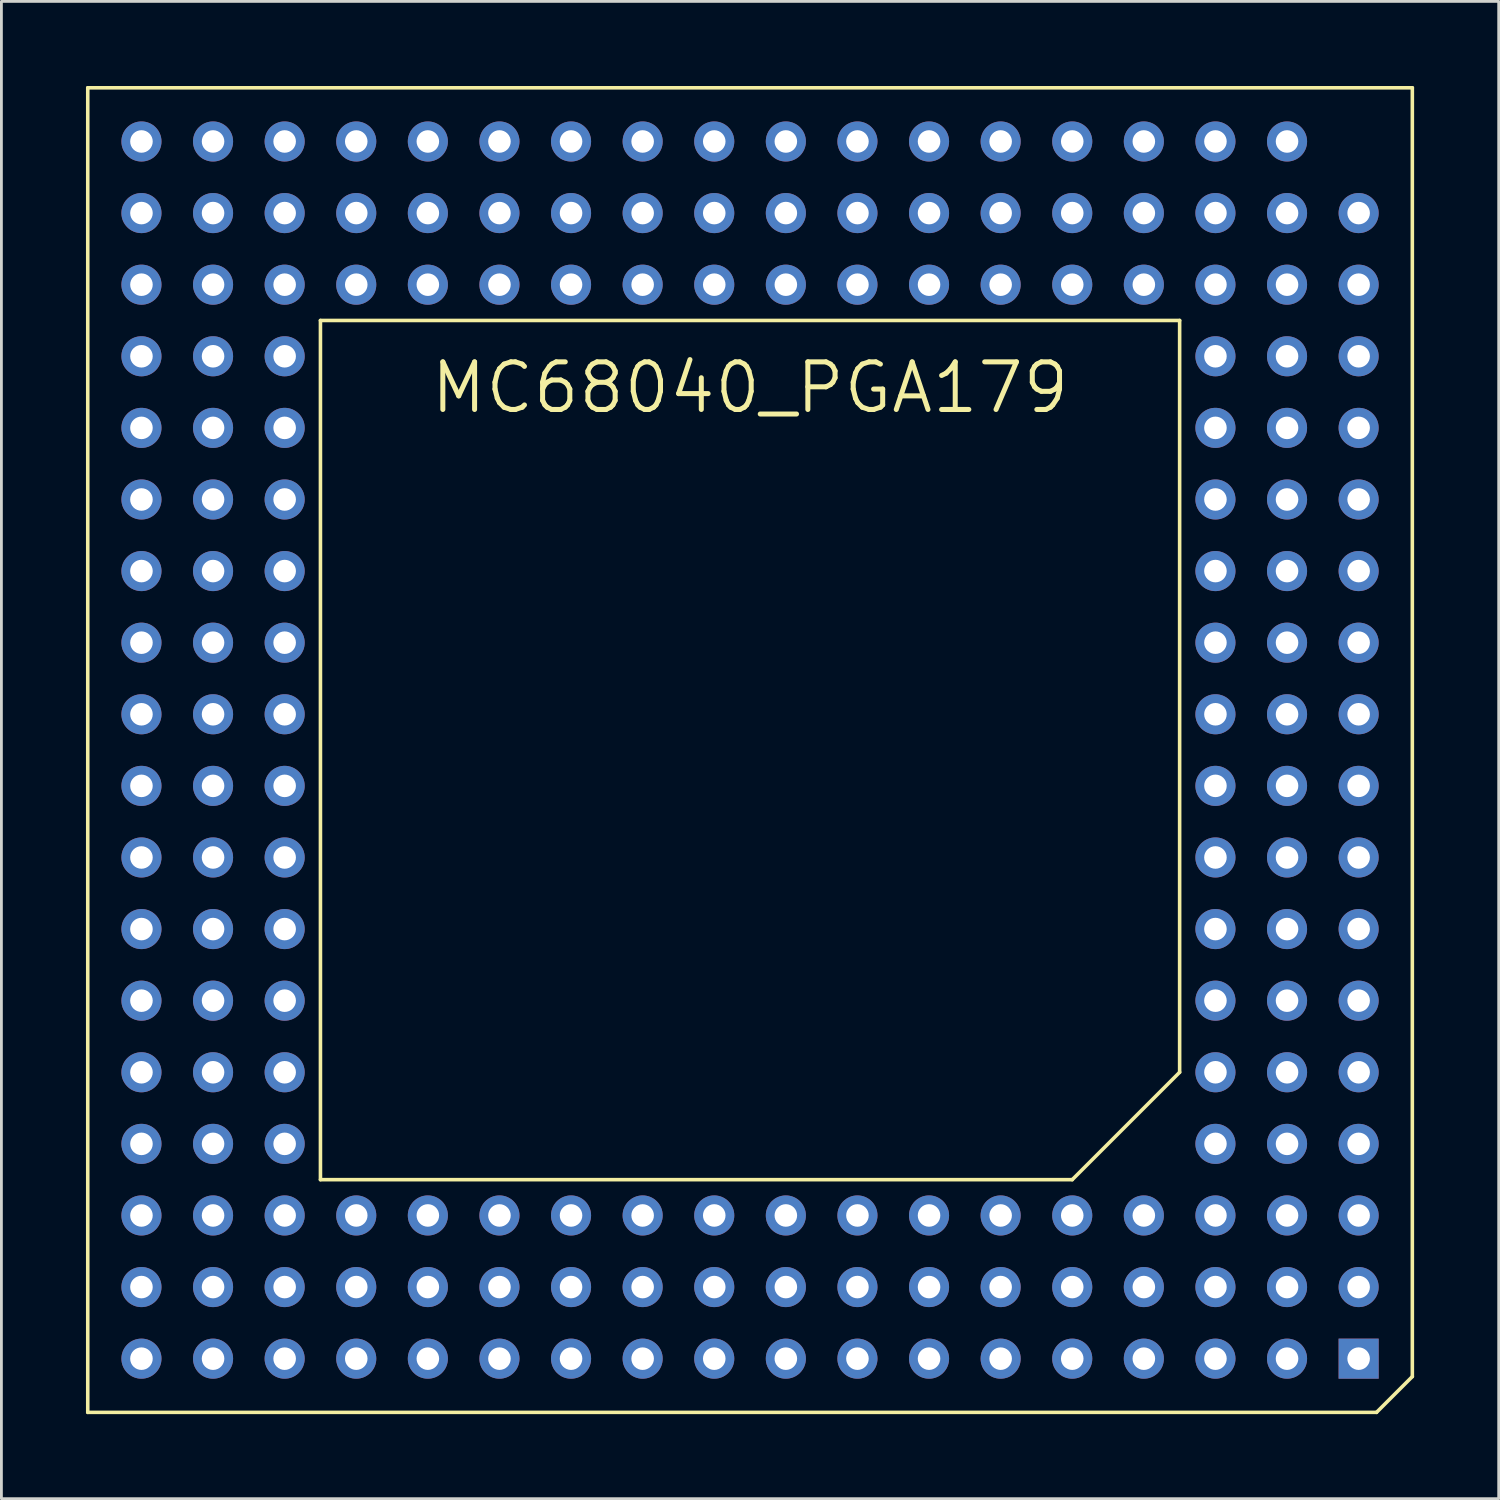
<source format=kicad_pcb>
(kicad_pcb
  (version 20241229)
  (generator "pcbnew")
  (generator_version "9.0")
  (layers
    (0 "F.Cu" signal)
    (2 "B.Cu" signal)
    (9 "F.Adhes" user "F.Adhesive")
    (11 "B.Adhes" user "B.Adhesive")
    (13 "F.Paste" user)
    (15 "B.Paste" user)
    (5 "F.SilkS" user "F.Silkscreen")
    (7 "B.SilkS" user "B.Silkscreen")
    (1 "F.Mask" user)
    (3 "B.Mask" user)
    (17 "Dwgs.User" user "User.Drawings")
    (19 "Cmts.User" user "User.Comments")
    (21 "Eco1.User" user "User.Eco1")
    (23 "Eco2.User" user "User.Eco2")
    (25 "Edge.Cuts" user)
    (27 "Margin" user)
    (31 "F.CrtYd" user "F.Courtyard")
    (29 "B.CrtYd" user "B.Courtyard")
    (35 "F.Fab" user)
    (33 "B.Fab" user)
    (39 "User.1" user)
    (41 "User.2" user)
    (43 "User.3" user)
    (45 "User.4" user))
  (footprint "MC68040_PGA179"
    (layer "F.Cu")
    (at 23.558 26.099)
    (property "Reference" "MC68040_PGA179" (at 0 -16.383 0) (layer "F.SilkS") (effects (font (size 1.689 1.689) (thickness 0.178)) (justify top)))
    (attr through_hole)
    (fp_line (start -23.495 -26.035) (end 23.495 -26.035) (stroke (width 0.127) (type solid)) (layer "F.SilkS"))
    (fp_line (start -23.495 20.955) (end -23.495 -26.035) (stroke (width 0.127) (type solid)) (layer "F.SilkS"))
    (fp_line (start -15.24 -17.78) (end -15.24 12.7) (stroke (width 0.127) (type solid)) (layer "F.SilkS"))
    (fp_line (start -15.24 -17.78) (end 15.24 -17.78) (stroke (width 0.127) (type solid)) (layer "F.SilkS"))
    (fp_line (start 11.43 12.7) (end -15.24 12.7) (stroke (width 0.127) (type solid)) (layer "F.SilkS"))
    (fp_line (start 11.43 12.7) (end 15.24 8.89) (stroke (width 0.127) (type solid)) (layer "F.SilkS"))
    (fp_line (start 15.24 8.89) (end 15.24 -17.78) (stroke (width 0.127) (type solid)) (layer "F.SilkS"))
    (fp_line (start 22.225 20.955) (end -23.495 20.955) (stroke (width 0.127) (type solid)) (layer "F.SilkS"))
    (fp_line (start 23.495 -26.035) (end 23.495 19.685) (stroke (width 0.127) (type solid)) (layer "F.SilkS"))
    (fp_line (start 23.495 19.685) (end 22.225 20.955) (stroke (width 0.127) (type solid)) (layer "F.SilkS"))
    (pad "A01" thru_hole rect (at 21.59 19.05 180) (size 1.422 1.422) (drill 0.8) (layers "*.Cu" "*.Mask"))
    (pad "A02" thru_hole circle (at 19.05 19.05 180) (size 1.422 1.422) (drill 0.8) (layers "*.Cu" "*.Mask"))
    (pad "A03" thru_hole circle (at 16.51 19.05 180) (size 1.422 1.422) (drill 0.8) (layers "*.Cu" "*.Mask"))
    (pad "A04" thru_hole circle (at 13.97 19.05 180) (size 1.422 1.422) (drill 0.8) (layers "*.Cu" "*.Mask"))
    (pad "A05" thru_hole circle (at 11.43 19.05 180) (size 1.422 1.422) (drill 0.8) (layers "*.Cu" "*.Mask"))
    (pad "A06" thru_hole circle (at 8.89 19.05 180) (size 1.422 1.422) (drill 0.8) (layers "*.Cu" "*.Mask"))
    (pad "A07" thru_hole circle (at 6.35 19.05 180) (size 1.422 1.422) (drill 0.8) (layers "*.Cu" "*.Mask"))
    (pad "A08" thru_hole circle (at 3.81 19.05 180) (size 1.422 1.422) (drill 0.8) (layers "*.Cu" "*.Mask"))
    (pad "A09" thru_hole circle (at 1.27 19.05 180) (size 1.422 1.422) (drill 0.8) (layers "*.Cu" "*.Mask"))
    (pad "A10" thru_hole circle (at -1.27 19.05 180) (size 1.422 1.422) (drill 0.8) (layers "*.Cu" "*.Mask"))
    (pad "A11" thru_hole circle (at -3.81 19.05 180) (size 1.422 1.422) (drill 0.8) (layers "*.Cu" "*.Mask"))
    (pad "A12" thru_hole circle (at -6.35 19.05 180) (size 1.422 1.422) (drill 0.8) (layers "*.Cu" "*.Mask"))
    (pad "A13" thru_hole circle (at -8.89 19.05 180) (size 1.422 1.422) (drill 0.8) (layers "*.Cu" "*.Mask"))
    (pad "A14" thru_hole circle (at -11.43 19.05 180) (size 1.422 1.422) (drill 0.8) (layers "*.Cu" "*.Mask"))
    (pad "A15" thru_hole circle (at -13.97 19.05 180) (size 1.422 1.422) (drill 0.8) (layers "*.Cu" "*.Mask"))
    (pad "A16" thru_hole circle (at -16.51 19.05 180) (size 1.422 1.422) (drill 0.8) (layers "*.Cu" "*.Mask"))
    (pad "A17" thru_hole circle (at -19.05 19.05 180) (size 1.422 1.422) (drill 0.8) (layers "*.Cu" "*.Mask"))
    (pad "A18" thru_hole circle (at -21.59 19.05 180) (size 1.422 1.422) (drill 0.8) (layers "*.Cu" "*.Mask"))
    (pad "B01" thru_hole circle (at 21.59 16.51 180) (size 1.422 1.422) (drill 0.8) (layers "*.Cu" "*.Mask"))
    (pad "B02" thru_hole circle (at 19.05 16.51 180) (size 1.422 1.422) (drill 0.8) (layers "*.Cu" "*.Mask"))
    (pad "B03" thru_hole circle (at 16.51 16.51 180) (size 1.422 1.422) (drill 0.8) (layers "*.Cu" "*.Mask"))
    (pad "B04" thru_hole circle (at 13.97 16.51 180) (size 1.422 1.422) (drill 0.8) (layers "*.Cu" "*.Mask"))
    (pad "B05" thru_hole circle (at 11.43 16.51 180) (size 1.422 1.422) (drill 0.8) (layers "*.Cu" "*.Mask"))
    (pad "B06" thru_hole circle (at 8.89 16.51 180) (size 1.422 1.422) (drill 0.8) (layers "*.Cu" "*.Mask"))
    (pad "B07" thru_hole circle (at 6.35 16.51 180) (size 1.422 1.422) (drill 0.8) (layers "*.Cu" "*.Mask"))
    (pad "B08" thru_hole circle (at 3.81 16.51 180) (size 1.422 1.422) (drill 0.8) (layers "*.Cu" "*.Mask"))
    (pad "B09" thru_hole circle (at 1.27 16.51 180) (size 1.422 1.422) (drill 0.8) (layers "*.Cu" "*.Mask"))
    (pad "B10" thru_hole circle (at -1.27 16.51 180) (size 1.422 1.422) (drill 0.8) (layers "*.Cu" "*.Mask"))
    (pad "B11" thru_hole circle (at -3.81 16.51 180) (size 1.422 1.422) (drill 0.8) (layers "*.Cu" "*.Mask"))
    (pad "B12" thru_hole circle (at -6.35 16.51 180) (size 1.422 1.422) (drill 0.8) (layers "*.Cu" "*.Mask"))
    (pad "B13" thru_hole circle (at -8.89 16.51 180) (size 1.422 1.422) (drill 0.8) (layers "*.Cu" "*.Mask"))
    (pad "B14" thru_hole circle (at -11.43 16.51 180) (size 1.422 1.422) (drill 0.8) (layers "*.Cu" "*.Mask"))
    (pad "B15" thru_hole circle (at -13.97 16.51 180) (size 1.422 1.422) (drill 0.8) (layers "*.Cu" "*.Mask"))
    (pad "B16" thru_hole circle (at -16.51 16.51 180) (size 1.422 1.422) (drill 0.8) (layers "*.Cu" "*.Mask"))
    (pad "B17" thru_hole circle (at -19.05 16.51 180) (size 1.422 1.422) (drill 0.8) (layers "*.Cu" "*.Mask"))
    (pad "B18" thru_hole circle (at -21.59 16.51 180) (size 1.422 1.422) (drill 0.8) (layers "*.Cu" "*.Mask"))
    (pad "C01" thru_hole circle (at 21.59 13.97 180) (size 1.422 1.422) (drill 0.8) (layers "*.Cu" "*.Mask"))
    (pad "C02" thru_hole circle (at 19.05 13.97 180) (size 1.422 1.422) (drill 0.8) (layers "*.Cu" "*.Mask"))
    (pad "C03" thru_hole circle (at 16.51 13.97 180) (size 1.422 1.422) (drill 0.8) (layers "*.Cu" "*.Mask"))
    (pad "C04" thru_hole circle (at 13.97 13.97 180) (size 1.422 1.422) (drill 0.8) (layers "*.Cu" "*.Mask"))
    (pad "C05" thru_hole circle (at 11.43 13.97 180) (size 1.422 1.422) (drill 0.8) (layers "*.Cu" "*.Mask"))
    (pad "C06" thru_hole circle (at 8.89 13.97 180) (size 1.422 1.422) (drill 0.8) (layers "*.Cu" "*.Mask"))
    (pad "C07" thru_hole circle (at 6.35 13.97 180) (size 1.422 1.422) (drill 0.8) (layers "*.Cu" "*.Mask"))
    (pad "C08" thru_hole circle (at 3.81 13.97 180) (size 1.422 1.422) (drill 0.8) (layers "*.Cu" "*.Mask"))
    (pad "C09" thru_hole circle (at 1.27 13.97 180) (size 1.422 1.422) (drill 0.8) (layers "*.Cu" "*.Mask"))
    (pad "C10" thru_hole circle (at -1.27 13.97 180) (size 1.422 1.422) (drill 0.8) (layers "*.Cu" "*.Mask"))
    (pad "C11" thru_hole circle (at -3.81 13.97 180) (size 1.422 1.422) (drill 0.8) (layers "*.Cu" "*.Mask"))
    (pad "C12" thru_hole circle (at -6.35 13.97 180) (size 1.422 1.422) (drill 0.8) (layers "*.Cu" "*.Mask"))
    (pad "C13" thru_hole circle (at -8.89 13.97 180) (size 1.422 1.422) (drill 0.8) (layers "*.Cu" "*.Mask"))
    (pad "C14" thru_hole circle (at -11.43 13.97 180) (size 1.422 1.422) (drill 0.8) (layers "*.Cu" "*.Mask"))
    (pad "C15" thru_hole circle (at -13.97 13.97 180) (size 1.422 1.422) (drill 0.8) (layers "*.Cu" "*.Mask"))
    (pad "C16" thru_hole circle (at -16.51 13.97 180) (size 1.422 1.422) (drill 0.8) (layers "*.Cu" "*.Mask"))
    (pad "C17" thru_hole circle (at -19.05 13.97 180) (size 1.422 1.422) (drill 0.8) (layers "*.Cu" "*.Mask"))
    (pad "C18" thru_hole circle (at -21.59 13.97 180) (size 1.422 1.422) (drill 0.8) (layers "*.Cu" "*.Mask"))
    (pad "D01" thru_hole circle (at 21.59 11.43 180) (size 1.422 1.422) (drill 0.8) (layers "*.Cu" "*.Mask"))
    (pad "D02" thru_hole circle (at 19.05 11.43 180) (size 1.422 1.422) (drill 0.8) (layers "*.Cu" "*.Mask"))
    (pad "D03" thru_hole circle (at 16.51 11.43 180) (size 1.422 1.422) (drill 0.8) (layers "*.Cu" "*.Mask"))
    (pad "D16" thru_hole circle (at -16.51 11.43 180) (size 1.422 1.422) (drill 0.8) (layers "*.Cu" "*.Mask"))
    (pad "D17" thru_hole circle (at -19.05 11.43 180) (size 1.422 1.422) (drill 0.8) (layers "*.Cu" "*.Mask"))
    (pad "D18" thru_hole circle (at -21.59 11.43 180) (size 1.422 1.422) (drill 0.8) (layers "*.Cu" "*.Mask"))
    (pad "E01" thru_hole circle (at 21.59 8.89 180) (size 1.422 1.422) (drill 0.8) (layers "*.Cu" "*.Mask"))
    (pad "E02" thru_hole circle (at 19.05 8.89 180) (size 1.422 1.422) (drill 0.8) (layers "*.Cu" "*.Mask"))
    (pad "E03" thru_hole circle (at 16.51 8.89 180) (size 1.422 1.422) (drill 0.8) (layers "*.Cu" "*.Mask"))
    (pad "E16" thru_hole circle (at -16.51 8.89 180) (size 1.422 1.422) (drill 0.8) (layers "*.Cu" "*.Mask"))
    (pad "E17" thru_hole circle (at -19.05 8.89 180) (size 1.422 1.422) (drill 0.8) (layers "*.Cu" "*.Mask"))
    (pad "E18" thru_hole circle (at -21.59 8.89 180) (size 1.422 1.422) (drill 0.8) (layers "*.Cu" "*.Mask"))
    (pad "F01" thru_hole circle (at 21.59 6.35 180) (size 1.422 1.422) (drill 0.8) (layers "*.Cu" "*.Mask"))
    (pad "F02" thru_hole circle (at 19.05 6.35 180) (size 1.422 1.422) (drill 0.8) (layers "*.Cu" "*.Mask"))
    (pad "F03" thru_hole circle (at 16.51 6.35 180) (size 1.422 1.422) (drill 0.8) (layers "*.Cu" "*.Mask"))
    (pad "F16" thru_hole circle (at -16.51 6.35 180) (size 1.422 1.422) (drill 0.8) (layers "*.Cu" "*.Mask"))
    (pad "F17" thru_hole circle (at -19.05 6.35 180) (size 1.422 1.422) (drill 0.8) (layers "*.Cu" "*.Mask"))
    (pad "F18" thru_hole circle (at -21.59 6.35 180) (size 1.422 1.422) (drill 0.8) (layers "*.Cu" "*.Mask"))
    (pad "G01" thru_hole circle (at 21.59 3.81 180) (size 1.422 1.422) (drill 0.8) (layers "*.Cu" "*.Mask"))
    (pad "G02" thru_hole circle (at 19.05 3.81 180) (size 1.422 1.422) (drill 0.8) (layers "*.Cu" "*.Mask"))
    (pad "G03" thru_hole circle (at 16.51 3.81 180) (size 1.422 1.422) (drill 0.8) (layers "*.Cu" "*.Mask"))
    (pad "G16" thru_hole circle (at -16.51 3.81 180) (size 1.422 1.422) (drill 0.8) (layers "*.Cu" "*.Mask"))
    (pad "G17" thru_hole circle (at -19.05 3.81 180) (size 1.422 1.422) (drill 0.8) (layers "*.Cu" "*.Mask"))
    (pad "G18" thru_hole circle (at -21.59 3.81 180) (size 1.422 1.422) (drill 0.8) (layers "*.Cu" "*.Mask"))
    (pad "H01" thru_hole circle (at 21.59 1.27 180) (size 1.422 1.422) (drill 0.8) (layers "*.Cu" "*.Mask"))
    (pad "H02" thru_hole circle (at 19.05 1.27 180) (size 1.422 1.422) (drill 0.8) (layers "*.Cu" "*.Mask"))
    (pad "H03" thru_hole circle (at 16.51 1.27 180) (size 1.422 1.422) (drill 0.8) (layers "*.Cu" "*.Mask"))
    (pad "H16" thru_hole circle (at -16.51 1.27 180) (size 1.422 1.422) (drill 0.8) (layers "*.Cu" "*.Mask"))
    (pad "H17" thru_hole circle (at -19.05 1.27 180) (size 1.422 1.422) (drill 0.8) (layers "*.Cu" "*.Mask"))
    (pad "H18" thru_hole circle (at -21.59 1.27 180) (size 1.422 1.422) (drill 0.8) (layers "*.Cu" "*.Mask"))
    (pad "J01" thru_hole circle (at 21.59 -1.27 180) (size 1.422 1.422) (drill 0.8) (layers "*.Cu" "*.Mask"))
    (pad "J02" thru_hole circle (at 19.05 -1.27 180) (size 1.422 1.422) (drill 0.8) (layers "*.Cu" "*.Mask"))
    (pad "J03" thru_hole circle (at 16.51 -1.27 180) (size 1.422 1.422) (drill 0.8) (layers "*.Cu" "*.Mask"))
    (pad "J16" thru_hole circle (at -16.51 -1.27 180) (size 1.422 1.422) (drill 0.8) (layers "*.Cu" "*.Mask"))
    (pad "J17" thru_hole circle (at -19.05 -1.27 180) (size 1.422 1.422) (drill 0.8) (layers "*.Cu" "*.Mask"))
    (pad "J18" thru_hole circle (at -21.59 -1.27 180) (size 1.422 1.422) (drill 0.8) (layers "*.Cu" "*.Mask"))
    (pad "K01" thru_hole circle (at 21.59 -3.81 180) (size 1.422 1.422) (drill 0.8) (layers "*.Cu" "*.Mask"))
    (pad "K02" thru_hole circle (at 19.05 -3.81 180) (size 1.422 1.422) (drill 0.8) (layers "*.Cu" "*.Mask"))
    (pad "K03" thru_hole circle (at 16.51 -3.81 180) (size 1.422 1.422) (drill 0.8) (layers "*.Cu" "*.Mask"))
    (pad "K16" thru_hole circle (at -16.51 -3.81 180) (size 1.422 1.422) (drill 0.8) (layers "*.Cu" "*.Mask"))
    (pad "K17" thru_hole circle (at -19.05 -3.81 180) (size 1.422 1.422) (drill 0.8) (layers "*.Cu" "*.Mask"))
    (pad "K18" thru_hole circle (at -21.59 -3.81 180) (size 1.422 1.422) (drill 0.8) (layers "*.Cu" "*.Mask"))
    (pad "L01" thru_hole circle (at 21.59 -6.35 180) (size 1.422 1.422) (drill 0.8) (layers "*.Cu" "*.Mask"))
    (pad "L02" thru_hole circle (at 19.05 -6.35 180) (size 1.422 1.422) (drill 0.8) (layers "*.Cu" "*.Mask"))
    (pad "L03" thru_hole circle (at 16.51 -6.35 180) (size 1.422 1.422) (drill 0.8) (layers "*.Cu" "*.Mask"))
    (pad "L16" thru_hole circle (at -16.51 -6.35 180) (size 1.422 1.422) (drill 0.8) (layers "*.Cu" "*.Mask"))
    (pad "L17" thru_hole circle (at -19.05 -6.35 180) (size 1.422 1.422) (drill 0.8) (layers "*.Cu" "*.Mask"))
    (pad "L18" thru_hole circle (at -21.59 -6.35 180) (size 1.422 1.422) (drill 0.8) (layers "*.Cu" "*.Mask"))
    (pad "M01" thru_hole circle (at 21.59 -8.89 180) (size 1.422 1.422) (drill 0.8) (layers "*.Cu" "*.Mask"))
    (pad "M02" thru_hole circle (at 19.05 -8.89 180) (size 1.422 1.422) (drill 0.8) (layers "*.Cu" "*.Mask"))
    (pad "M03" thru_hole circle (at 16.51 -8.89 180) (size 1.422 1.422) (drill 0.8) (layers "*.Cu" "*.Mask"))
    (pad "M16" thru_hole circle (at -16.51 -8.89 180) (size 1.422 1.422) (drill 0.8) (layers "*.Cu" "*.Mask"))
    (pad "M17" thru_hole circle (at -19.05 -8.89 180) (size 1.422 1.422) (drill 0.8) (layers "*.Cu" "*.Mask"))
    (pad "M18" thru_hole circle (at -21.59 -8.89 180) (size 1.422 1.422) (drill 0.8) (layers "*.Cu" "*.Mask"))
    (pad "N01" thru_hole circle (at 21.59 -11.43 180) (size 1.422 1.422) (drill 0.8) (layers "*.Cu" "*.Mask"))
    (pad "N02" thru_hole circle (at 19.05 -11.43 180) (size 1.422 1.422) (drill 0.8) (layers "*.Cu" "*.Mask"))
    (pad "N03" thru_hole circle (at 16.51 -11.43 180) (size 1.422 1.422) (drill 0.8) (layers "*.Cu" "*.Mask"))
    (pad "N16" thru_hole circle (at -16.51 -11.43 180) (size 1.422 1.422) (drill 0.8) (layers "*.Cu" "*.Mask"))
    (pad "N17" thru_hole circle (at -19.05 -11.43 180) (size 1.422 1.422) (drill 0.8) (layers "*.Cu" "*.Mask"))
    (pad "N18" thru_hole circle (at -21.59 -11.43 180) (size 1.422 1.422) (drill 0.8) (layers "*.Cu" "*.Mask"))
    (pad "P01" thru_hole circle (at 21.59 -13.97 180) (size 1.422 1.422) (drill 0.8) (layers "*.Cu" "*.Mask"))
    (pad "P02" thru_hole circle (at 19.05 -13.97 180) (size 1.422 1.422) (drill 0.8) (layers "*.Cu" "*.Mask"))
    (pad "P03" thru_hole circle (at 16.51 -13.97 180) (size 1.422 1.422) (drill 0.8) (layers "*.Cu" "*.Mask"))
    (pad "P16" thru_hole circle (at -16.51 -13.97 180) (size 1.422 1.422) (drill 0.8) (layers "*.Cu" "*.Mask"))
    (pad "P17" thru_hole circle (at -19.05 -13.97 180) (size 1.422 1.422) (drill 0.8) (layers "*.Cu" "*.Mask"))
    (pad "P18" thru_hole circle (at -21.59 -13.97 180) (size 1.422 1.422) (drill 0.8) (layers "*.Cu" "*.Mask"))
    (pad "Q01" thru_hole circle (at 21.59 -16.51 180) (size 1.422 1.422) (drill 0.8) (layers "*.Cu" "*.Mask"))
    (pad "Q02" thru_hole circle (at 19.05 -16.51 180) (size 1.422 1.422) (drill 0.8) (layers "*.Cu" "*.Mask"))
    (pad "Q03" thru_hole circle (at 16.51 -16.51 180) (size 1.422 1.422) (drill 0.8) (layers "*.Cu" "*.Mask"))
    (pad "Q16" thru_hole circle (at -16.51 -16.51 180) (size 1.422 1.422) (drill 0.8) (layers "*.Cu" "*.Mask"))
    (pad "Q17" thru_hole circle (at -19.05 -16.51 180) (size 1.422 1.422) (drill 0.8) (layers "*.Cu" "*.Mask"))
    (pad "Q18" thru_hole circle (at -21.59 -16.51 180) (size 1.422 1.422) (drill 0.8) (layers "*.Cu" "*.Mask"))
    (pad "R01" thru_hole circle (at 21.59 -19.05 180) (size 1.422 1.422) (drill 0.8) (layers "*.Cu" "*.Mask"))
    (pad "R02" thru_hole circle (at 19.05 -19.05 180) (size 1.422 1.422) (drill 0.8) (layers "*.Cu" "*.Mask"))
    (pad "R03" thru_hole circle (at 16.51 -19.05 180) (size 1.422 1.422) (drill 0.8) (layers "*.Cu" "*.Mask"))
    (pad "R04" thru_hole circle (at 13.97 -19.05 180) (size 1.422 1.422) (drill 0.8) (layers "*.Cu" "*.Mask"))
    (pad "R05" thru_hole circle (at 11.43 -19.05 180) (size 1.422 1.422) (drill 0.8) (layers "*.Cu" "*.Mask"))
    (pad "R06" thru_hole circle (at 8.89 -19.05 180) (size 1.422 1.422) (drill 0.8) (layers "*.Cu" "*.Mask"))
    (pad "R07" thru_hole circle (at 6.35 -19.05 180) (size 1.422 1.422) (drill 0.8) (layers "*.Cu" "*.Mask"))
    (pad "R08" thru_hole circle (at 3.81 -19.05 180) (size 1.422 1.422) (drill 0.8) (layers "*.Cu" "*.Mask"))
    (pad "R09" thru_hole circle (at 1.27 -19.05 180) (size 1.422 1.422) (drill 0.8) (layers "*.Cu" "*.Mask"))
    (pad "R10" thru_hole circle (at -1.27 -19.05 180) (size 1.422 1.422) (drill 0.8) (layers "*.Cu" "*.Mask"))
    (pad "R11" thru_hole circle (at -3.81 -19.05 180) (size 1.422 1.422) (drill 0.8) (layers "*.Cu" "*.Mask"))
    (pad "R12" thru_hole circle (at -6.35 -19.05 180) (size 1.422 1.422) (drill 0.8) (layers "*.Cu" "*.Mask"))
    (pad "R13" thru_hole circle (at -8.89 -19.05 180) (size 1.422 1.422) (drill 0.8) (layers "*.Cu" "*.Mask"))
    (pad "R14" thru_hole circle (at -11.43 -19.05 180) (size 1.422 1.422) (drill 0.8) (layers "*.Cu" "*.Mask"))
    (pad "R15" thru_hole circle (at -13.97 -19.05 180) (size 1.422 1.422) (drill 0.8) (layers "*.Cu" "*.Mask"))
    (pad "R16" thru_hole circle (at -16.51 -19.05 180) (size 1.422 1.422) (drill 0.8) (layers "*.Cu" "*.Mask"))
    (pad "R17" thru_hole circle (at -19.05 -19.05 180) (size 1.422 1.422) (drill 0.8) (layers "*.Cu" "*.Mask"))
    (pad "R18" thru_hole circle (at -21.59 -19.05 180) (size 1.422 1.422) (drill 0.8) (layers "*.Cu" "*.Mask"))
    (pad "S01" thru_hole circle (at 21.59 -21.59 180) (size 1.422 1.422) (drill 0.8) (layers "*.Cu" "*.Mask"))
    (pad "S02" thru_hole circle (at 19.05 -21.59 180) (size 1.422 1.422) (drill 0.8) (layers "*.Cu" "*.Mask"))
    (pad "S03" thru_hole circle (at 16.51 -21.59 180) (size 1.422 1.422) (drill 0.8) (layers "*.Cu" "*.Mask"))
    (pad "S04" thru_hole circle (at 13.97 -21.59 180) (size 1.422 1.422) (drill 0.8) (layers "*.Cu" "*.Mask"))
    (pad "S05" thru_hole circle (at 11.43 -21.59 180) (size 1.422 1.422) (drill 0.8) (layers "*.Cu" "*.Mask"))
    (pad "S06" thru_hole circle (at 8.89 -21.59 180) (size 1.422 1.422) (drill 0.8) (layers "*.Cu" "*.Mask"))
    (pad "S07" thru_hole circle (at 6.35 -21.59 180) (size 1.422 1.422) (drill 0.8) (layers "*.Cu" "*.Mask"))
    (pad "S08" thru_hole circle (at 3.81 -21.59 180) (size 1.422 1.422) (drill 0.8) (layers "*.Cu" "*.Mask"))
    (pad "S09" thru_hole circle (at 1.27 -21.59 180) (size 1.422 1.422) (drill 0.8) (layers "*.Cu" "*.Mask"))
    (pad "S10" thru_hole circle (at -1.27 -21.59 180) (size 1.422 1.422) (drill 0.8) (layers "*.Cu" "*.Mask"))
    (pad "S11" thru_hole circle (at -3.81 -21.59 180) (size 1.422 1.422) (drill 0.8) (layers "*.Cu" "*.Mask"))
    (pad "S12" thru_hole circle (at -6.35 -21.59 180) (size 1.422 1.422) (drill 0.8) (layers "*.Cu" "*.Mask"))
    (pad "S13" thru_hole circle (at -8.89 -21.59 180) (size 1.422 1.422) (drill 0.8) (layers "*.Cu" "*.Mask"))
    (pad "S14" thru_hole circle (at -11.43 -21.59 180) (size 1.422 1.422) (drill 0.8) (layers "*.Cu" "*.Mask"))
    (pad "S15" thru_hole circle (at -13.97 -21.59 180) (size 1.422 1.422) (drill 0.8) (layers "*.Cu" "*.Mask"))
    (pad "S16" thru_hole circle (at -16.51 -21.59 180) (size 1.422 1.422) (drill 0.8) (layers "*.Cu" "*.Mask"))
    (pad "S17" thru_hole circle (at -19.05 -21.59 180) (size 1.422 1.422) (drill 0.8) (layers "*.Cu" "*.Mask"))
    (pad "S18" thru_hole circle (at -21.59 -21.59 180) (size 1.422 1.422) (drill 0.8) (layers "*.Cu" "*.Mask"))
    (pad "T02" thru_hole circle (at 19.05 -24.13 180) (size 1.422 1.422) (drill 0.8) (layers "*.Cu" "*.Mask"))
    (pad "T03" thru_hole circle (at 16.51 -24.13 180) (size 1.422 1.422) (drill 0.8) (layers "*.Cu" "*.Mask"))
    (pad "T04" thru_hole circle (at 13.97 -24.13 180) (size 1.422 1.422) (drill 0.8) (layers "*.Cu" "*.Mask"))
    (pad "T05" thru_hole circle (at 11.43 -24.13 180) (size 1.422 1.422) (drill 0.8) (layers "*.Cu" "*.Mask"))
    (pad "T06" thru_hole circle (at 8.89 -24.13 180) (size 1.422 1.422) (drill 0.8) (layers "*.Cu" "*.Mask"))
    (pad "T07" thru_hole circle (at 6.35 -24.13 180) (size 1.422 1.422) (drill 0.8) (layers "*.Cu" "*.Mask"))
    (pad "T08" thru_hole circle (at 3.81 -24.13 180) (size 1.422 1.422) (drill 0.8) (layers "*.Cu" "*.Mask"))
    (pad "T09" thru_hole circle (at 1.27 -24.13 180) (size 1.422 1.422) (drill 0.8) (layers "*.Cu" "*.Mask"))
    (pad "T10" thru_hole circle (at -1.27 -24.13 180) (size 1.422 1.422) (drill 0.8) (layers "*.Cu" "*.Mask"))
    (pad "T11" thru_hole circle (at -3.81 -24.13 180) (size 1.422 1.422) (drill 0.8) (layers "*.Cu" "*.Mask"))
    (pad "T12" thru_hole circle (at -6.35 -24.13 180) (size 1.422 1.422) (drill 0.8) (layers "*.Cu" "*.Mask"))
    (pad "T13" thru_hole circle (at -8.89 -24.13 180) (size 1.422 1.422) (drill 0.8) (layers "*.Cu" "*.Mask"))
    (pad "T14" thru_hole circle (at -11.43 -24.13 180) (size 1.422 1.422) (drill 0.8) (layers "*.Cu" "*.Mask"))
    (pad "T15" thru_hole circle (at -13.97 -24.13 180) (size 1.422 1.422) (drill 0.8) (layers "*.Cu" "*.Mask"))
    (pad "T16" thru_hole circle (at -16.51 -24.13 180) (size 1.422 1.422) (drill 0.8) (layers "*.Cu" "*.Mask"))
    (pad "T17" thru_hole circle (at -19.05 -24.13 180) (size 1.422 1.422) (drill 0.8) (layers "*.Cu" "*.Mask"))
    (pad "T18" thru_hole circle (at -21.59 -24.13 180) (size 1.422 1.422) (drill 0.8) (layers "*.Cu" "*.Mask")))
  (gr_rect
    (start -3 -3)
    (end 50.117 50.117)
    (stroke (width 0.1) (type default))
    (fill no)
    (layer "Edge.Cuts")))
</source>
